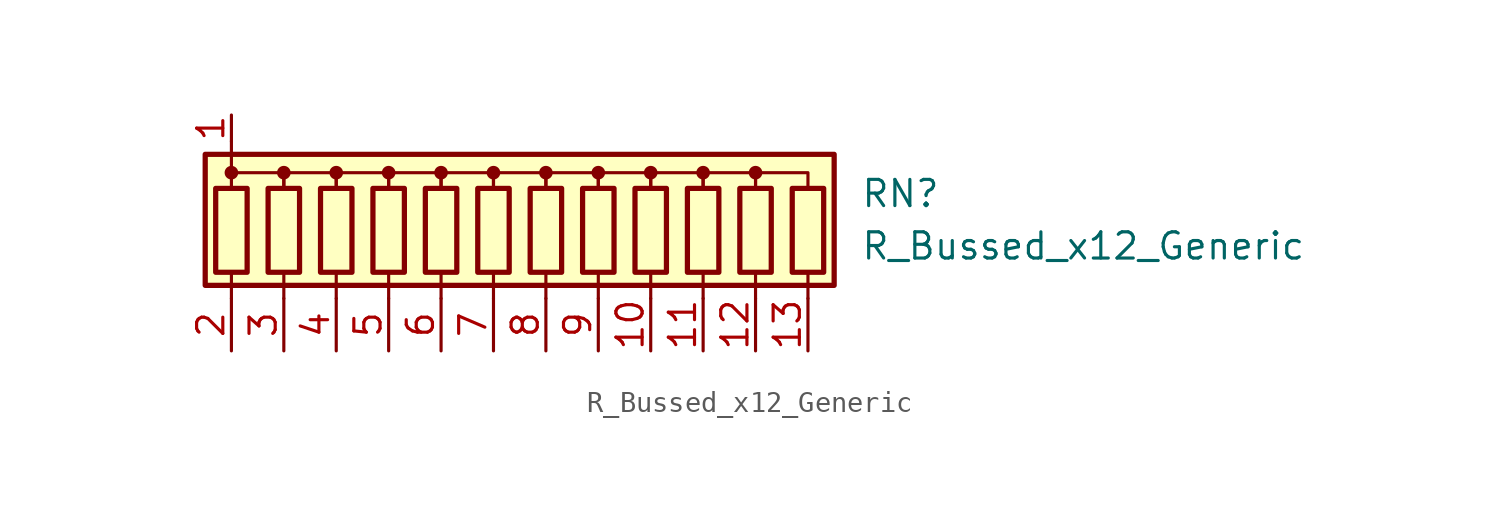
<source format=kicad_sym>
(kicad_symbol_lib
  (version 20211014)
  (generator kicad_symbol_editor)
  (symbol "R_Bussed_x12_Generic"
    (pin_names
      (offset 0.002) hide)
    (property "Reference" "RN"
      (at 15.24 1.27 0)
      (effects (font (size 1.27 1.27)) (justify left)))
    (property "Value" "R_Bussed_x12_Generic"
      (at 15.24 -1.27 0)
      (effects (font (size 1.27 1.27)) (justify left)))
    (symbol "R_Bussed_x12_Generic_0_1"
      (rectangle (start -16.51 -3.175) (end 13.97 3.175) (stroke (width 0.254) (type default) (color 0 0 0 0)) (fill (type background)))
      (rectangle (start -16.002 1.524) (end -14.478 -2.54) (stroke (width 0.254) (type default) (color 0 0 0 0)) (fill (type none)))
      (circle (center -15.24 2.286) (radius 0.254) (stroke (width 0) (type default) (color 0 0 0 0)) (fill (type outline)))
      (rectangle (start -13.462 1.524) (end -11.938 -2.54) (stroke (width 0.254) (type default) (color 0 0 0 0)) (fill (type none)))
      (circle (center -12.7 2.286) (radius 0.254) (stroke (width 0) (type default) (color 0 0 0 0)) (fill (type outline)))
      (rectangle (start -10.922 1.524) (end -9.398 -2.54) (stroke (width 0.254) (type default) (color 0 0 0 0)) (fill (type none)))
      (circle (center -10.16 2.286) (radius 0.254) (stroke (width 0) (type default) (color 0 0 0 0)) (fill (type outline)))
      (rectangle (start -8.382 1.524) (end -6.858 -2.54) (stroke (width 0.254) (type default) (color 0 0 0 0)) (fill (type none)))
      (circle (center -7.62 2.286) (radius 0.254) (stroke (width 0) (type default) (color 0 0 0 0)) (fill (type outline)))
      (rectangle (start -5.842 1.524) (end -4.318 -2.54) (stroke (width 0.254) (type default) (color 0 0 0 0)) (fill (type none)))
      (circle (center -5.08 2.286) (radius 0.254) (stroke (width 0) (type default) (color 0 0 0 0)) (fill (type outline)))
      (rectangle (start -3.302 1.524) (end -1.778 -2.54) (stroke (width 0.254) (type default) (color 0 0 0 0)) (fill (type none)))
      (circle (center -2.54 2.286) (radius 0.254) (stroke (width 0) (type default) (color 0 0 0 0)) (fill (type outline)))
      (rectangle (start -0.762 1.524) (end 0.762 -2.54) (stroke (width 0.254) (type default) (color 0 0 0 0)) (fill (type none)))
      (polyline (pts (xy -15.24 -2.54) (xy -15.24 -3.81)) (stroke (width 0) (type default) (color 0 0 0 0)) (fill (type none)))
      (polyline (pts (xy -15.24 3.81) (xy -15.24 2.54)) (stroke (width 0) (type default) (color 0 0 0 0)) (fill (type none)))
      (polyline (pts (xy -12.7 -2.54) (xy -12.7 -3.81)) (stroke (width 0) (type default) (color 0 0 0 0)) (fill (type none)))
      (polyline (pts (xy -10.16 -2.54) (xy -10.16 -3.81)) (stroke (width 0) (type default) (color 0 0 0 0)) (fill (type none)))
      (polyline (pts (xy -7.62 -2.54) (xy -7.62 -3.81)) (stroke (width 0) (type default) (color 0 0 0 0)) (fill (type none)))
      (polyline (pts (xy -5.08 -2.54) (xy -5.08 -3.81)) (stroke (width 0) (type default) (color 0 0 0 0)) (fill (type none)))
      (polyline (pts (xy -2.54 -2.54) (xy -2.54 -3.81)) (stroke (width 0) (type default) (color 0 0 0 0)) (fill (type none)))
      (polyline (pts (xy 0 -2.54) (xy 0 -3.81)) (stroke (width 0) (type default) (color 0 0 0 0)) (fill (type none)))
      (polyline (pts (xy 2.54 -2.54) (xy 2.54 -3.81)) (stroke (width 0) (type default) (color 0 0 0 0)) (fill (type none)))
      (polyline (pts (xy 5.08 -2.54) (xy 5.08 -3.81)) (stroke (width 0) (type default) (color 0 0 0 0)) (fill (type none)))
      (polyline (pts (xy 7.62 -2.54) (xy 7.62 -3.81)) (stroke (width 0) (type default) (color 0 0 0 0)) (fill (type none)))
      (polyline (pts (xy 10.16 -2.54) (xy 10.16 -3.81)) (stroke (width 0) (type default) (color 0 0 0 0)) (fill (type none)))
      (polyline (pts (xy 12.7 -2.54) (xy 12.7 -3.81)) (stroke (width 0) (type default) (color 0 0 0 0)) (fill (type none)))
      (polyline (pts (xy -15.24 1.524) (xy -15.24 2.286) (xy -12.7 2.286) (xy -12.7 1.524)) (stroke (width 0) (type default) (color 0 0 0 0)) (fill (type none)))
      (polyline (pts (xy -12.7 1.524) (xy -12.7 2.286) (xy -10.16 2.286) (xy -10.16 1.524)) (stroke (width 0) (type default) (color 0 0 0 0)) (fill (type none)))
      (polyline (pts (xy -10.16 1.524) (xy -10.16 2.286) (xy -7.62 2.286) (xy -7.62 1.524)) (stroke (width 0) (type default) (color 0 0 0 0)) (fill (type none)))
      (polyline (pts (xy -7.62 1.524) (xy -7.62 2.286) (xy -5.08 2.286) (xy -5.08 1.524)) (stroke (width 0) (type default) (color 0 0 0 0)) (fill (type none)))
      (polyline (pts (xy -5.08 1.524) (xy -5.08 2.286) (xy -2.54 2.286) (xy -2.54 1.524)) (stroke (width 0) (type default) (color 0 0 0 0)) (fill (type none)))
      (polyline (pts (xy -2.54 1.524) (xy -2.54 2.286) (xy 0 2.286) (xy 0 1.524)) (stroke (width 0) (type default) (color 0 0 0 0)) (fill (type none)))
      (polyline (pts (xy 0 1.524) (xy 0 2.286) (xy 2.54 2.286) (xy 2.54 1.524)) (stroke (width 0) (type default) (color 0 0 0 0)) (fill (type none)))
      (polyline (pts (xy 2.54 1.524) (xy 2.54 2.286) (xy 5.08 2.286) (xy 5.08 1.524)) (stroke (width 0) (type default) (color 0 0 0 0)) (fill (type none)))
      (polyline (pts (xy 5.08 1.524) (xy 5.08 2.286) (xy 7.62 2.286) (xy 7.62 1.524)) (stroke (width 0) (type default) (color 0 0 0 0)) (fill (type none)))
      (polyline (pts (xy 7.62 1.524) (xy 7.62 2.286) (xy 10.16 2.286) (xy 10.16 1.524)) (stroke (width 0) (type default) (color 0 0 0 0)) (fill (type none)))
      (polyline (pts (xy 10.16 1.524) (xy 10.16 2.286) (xy 12.7 2.286) (xy 12.7 1.524)) (stroke (width 0) (type default) (color 0 0 0 0)) (fill (type none)))
      (circle (center 0 2.286) (radius 0.254) (stroke (width 0) (type default) (color 0 0 0 0)) (fill (type outline)))
      (rectangle (start 1.778 1.524) (end 3.302 -2.54) (stroke (width 0.254) (type default) (color 0 0 0 0)) (fill (type none)))
      (circle (center 2.54 2.286) (radius 0.254) (stroke (width 0) (type default) (color 0 0 0 0)) (fill (type outline)))
      (rectangle (start 4.318 1.524) (end 5.842 -2.54) (stroke (width 0.254) (type default) (color 0 0 0 0)) (fill (type none)))
      (circle (center 5.08 2.286) (radius 0.254) (stroke (width 0) (type default) (color 0 0 0 0)) (fill (type outline)))
      (rectangle (start 6.858 1.524) (end 8.382 -2.54) (stroke (width 0.254) (type default) (color 0 0 0 0)) (fill (type none)))
      (circle (center 7.62 2.286) (radius 0.254) (stroke (width 0) (type default) (color 0 0 0 0)) (fill (type outline)))
      (rectangle (start 9.398 1.524) (end 10.922 -2.54) (stroke (width 0.254) (type default) (color 0 0 0 0)) (fill (type none)))
      (circle (center 10.16 2.286) (radius 0.254) (stroke (width 0) (type default) (color 0 0 0 0)) (fill (type outline)))
      (rectangle (start 11.938 1.524) (end 13.462 -2.54) (stroke (width 0.254) (type default) (color 0 0 0 0)) (fill (type none))))
    (symbol "R_Bussed_x12_Generic_1_1"
      (pin passive line (at -15.24 5.08 270) (length 1.27) (name "common" (effects (font (size 1.27 1.27)))) (number "1" (effects (font (size 1.27 1.27)))))
      (pin passive line (at 5.08 -6.35 90) (length 2.54) (name "R9" (effects (font (size 1.27 1.27)))) (number "10" (effects (font (size 1.27 1.27)))))
      (pin passive line (at 7.62 -6.35 90) (length 2.54) (name "R10" (effects (font (size 1.27 1.27)))) (number "11" (effects (font (size 1.27 1.27)))))
      (pin passive line (at 10.16 -6.35 90) (length 2.54) (name "R11" (effects (font (size 1.27 1.27)))) (number "12" (effects (font (size 1.27 1.27)))))
      (pin passive line (at 12.7 -6.35 90) (length 2.54) (name "R12" (effects (font (size 1.27 1.27)))) (number "13" (effects (font (size 1.27 1.27)))))
      (pin passive line (at -15.24 -6.35 90) (length 2.54) (name "R1" (effects (font (size 1.27 1.27)))) (number "2" (effects (font (size 1.27 1.27)))))
      (pin passive line (at -12.7 -6.35 90) (length 2.54) (name "R2" (effects (font (size 1.27 1.27)))) (number "3" (effects (font (size 1.27 1.27)))))
      (pin passive line (at -10.16 -6.35 90) (length 2.54) (name "R3" (effects (font (size 1.27 1.27)))) (number "4" (effects (font (size 1.27 1.27)))))
      (pin passive line (at -7.62 -6.35 90) (length 2.54) (name "R4" (effects (font (size 1.27 1.27)))) (number "5" (effects (font (size 1.27 1.27)))))
      (pin passive line (at -5.08 -6.35 90) (length 2.54) (name "R5" (effects (font (size 1.27 1.27)))) (number "6" (effects (font (size 1.27 1.27)))))
      (pin passive line (at -2.54 -6.35 90) (length 2.54) (name "R6" (effects (font (size 1.27 1.27)))) (number "7" (effects (font (size 1.27 1.27)))))
      (pin passive line (at 0 -6.35 90) (length 2.54) (name "R7" (effects (font (size 1.27 1.27)))) (number "8" (effects (font (size 1.27 1.27)))))
      (pin passive line (at 2.54 -6.35 90) (length 2.54) (name "R8" (effects (font (size 1.27 1.27)))) (number "9" (effects (font (size 1.27 1.27))))))))
</source>
